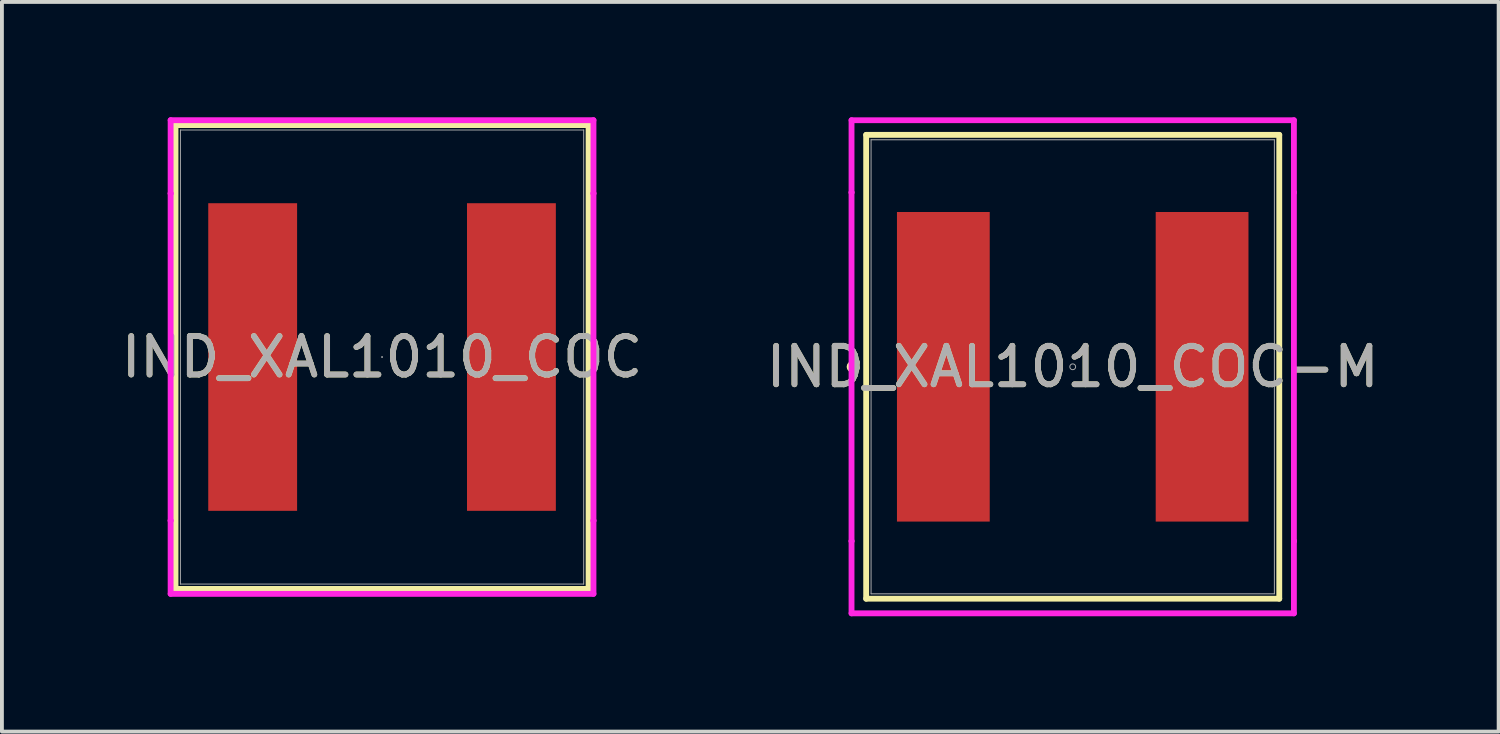
<source format=kicad_pcb>
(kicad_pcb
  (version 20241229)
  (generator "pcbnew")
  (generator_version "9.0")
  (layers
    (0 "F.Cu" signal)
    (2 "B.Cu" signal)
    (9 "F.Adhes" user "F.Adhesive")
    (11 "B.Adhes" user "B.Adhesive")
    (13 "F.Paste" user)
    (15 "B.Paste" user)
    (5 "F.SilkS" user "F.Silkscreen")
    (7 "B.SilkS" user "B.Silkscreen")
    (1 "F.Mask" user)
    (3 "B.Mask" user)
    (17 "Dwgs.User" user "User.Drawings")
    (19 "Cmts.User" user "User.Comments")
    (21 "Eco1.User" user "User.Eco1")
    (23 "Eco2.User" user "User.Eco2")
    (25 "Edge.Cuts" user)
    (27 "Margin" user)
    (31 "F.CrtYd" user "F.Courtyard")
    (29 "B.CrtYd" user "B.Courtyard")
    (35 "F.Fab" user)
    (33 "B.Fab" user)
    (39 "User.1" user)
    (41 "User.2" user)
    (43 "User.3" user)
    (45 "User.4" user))
  (footprint "IND_XAL1010_COC"
    (layer "F.Cu")
    (at 6.887 6.236)
    (property "Reference" "IND_XAL1010_COC" (at 0 0 0) (unlocked yes) (layer "F.SilkS") (effects (font (size 1 1) (thickness 0.15))))
    (attr smd)
    (fp_line (start -5.372 -6.032) (end -5.372 6.032) (stroke (width 0.152) (type solid)) (layer "F.SilkS"))
    (fp_line (start -5.372 6.032) (end 5.372 6.032) (stroke (width 0.152) (type solid)) (layer "F.SilkS"))
    (fp_line (start 5.372 -6.032) (end -5.372 -6.032) (stroke (width 0.152) (type solid)) (layer "F.SilkS"))
    (fp_line (start 5.372 6.032) (end 5.372 -6.032) (stroke (width 0.152) (type solid)) (layer "F.SilkS"))
    (fp_line (start -5.499 -6.16) (end 5.499 -6.16) (stroke (width 0.152) (type solid)) (layer "F.CrtYd"))
    (fp_line (start -5.499 -4.255) (end -5.499 -6.16) (stroke (width 0.152) (type solid)) (layer "F.CrtYd"))
    (fp_line (start -5.499 -4.255) (end -5.499 -4.255) (stroke (width 0.152) (type solid)) (layer "F.CrtYd"))
    (fp_line (start -5.499 4.255) (end -5.499 -4.255) (stroke (width 0.152) (type solid)) (layer "F.CrtYd"))
    (fp_line (start -5.499 4.255) (end -5.499 4.255) (stroke (width 0.152) (type solid)) (layer "F.CrtYd"))
    (fp_line (start -5.499 6.16) (end -5.499 4.255) (stroke (width 0.152) (type solid)) (layer "F.CrtYd"))
    (fp_line (start 5.499 -6.16) (end 5.499 -4.255) (stroke (width 0.152) (type solid)) (layer "F.CrtYd"))
    (fp_line (start 5.499 -4.255) (end 5.499 -4.255) (stroke (width 0.152) (type solid)) (layer "F.CrtYd"))
    (fp_line (start 5.499 -4.255) (end 5.499 4.255) (stroke (width 0.152) (type solid)) (layer "F.CrtYd"))
    (fp_line (start 5.499 4.255) (end 5.499 4.255) (stroke (width 0.152) (type solid)) (layer "F.CrtYd"))
    (fp_line (start 5.499 4.255) (end 5.499 6.16) (stroke (width 0.152) (type solid)) (layer "F.CrtYd"))
    (fp_line (start 5.499 6.16) (end -5.499 6.16) (stroke (width 0.152) (type solid)) (layer "F.CrtYd"))
    (fp_line (start -5.245 -5.905) (end -5.245 5.905) (stroke (width 0.025) (type solid)) (layer "F.Fab"))
    (fp_line (start -5.245 5.905) (end 5.245 5.905) (stroke (width 0.025) (type solid)) (layer "F.Fab"))
    (fp_line (start 5.245 -5.905) (end -5.245 -5.905) (stroke (width 0.025) (type solid)) (layer "F.Fab"))
    (fp_line (start 5.245 5.905) (end 5.245 -5.905) (stroke (width 0.025) (type solid)) (layer "F.Fab"))
    (fp_circle (center 0 0) (end 0 0) (stroke (width 0.025) (type solid)) (fill no) (layer "F.Fab"))
    (fp_text user "${REFERENCE}" (at 0 0 0) (unlocked yes) (layer "F.Fab") (effects (font (size 1 1) (thickness 0.15))))
    (pad "1" smd rect (at -3.365 0) (size 2.311 8.001) (layers "F.Cu" "F.Mask" "F.Paste"))
    (pad "2" smd rect (at 3.365 0) (size 2.311 8.001) (layers "F.Cu" "F.Mask" "F.Paste")))
  (footprint "IND_XAL1010_COC-M"
    (layer "F.Cu")
    (at 24.851 6.49)
    (property "Reference" "IND_XAL1010_COC-M" (at 0 0 0) (unlocked yes) (layer "F.SilkS") (effects (font (size 1 1) (thickness 0.15))))
    (attr smd)
    (fp_line (start -5.372 -6.032) (end -5.372 6.032) (stroke (width 0.152) (type solid)) (layer "F.SilkS"))
    (fp_line (start -5.372 6.032) (end 5.372 6.032) (stroke (width 0.152) (type solid)) (layer "F.SilkS"))
    (fp_line (start 5.372 -6.032) (end -5.372 -6.032) (stroke (width 0.152) (type solid)) (layer "F.SilkS"))
    (fp_line (start 5.372 6.032) (end 5.372 -6.032) (stroke (width 0.152) (type solid)) (layer "F.SilkS"))
    (fp_circle (center -5.728 0) (end -5.652 0) (stroke (width 0.152) (type solid)) (fill no) (layer "F.SilkS"))
    (fp_line (start -5.753 -6.413) (end 5.753 -6.413) (stroke (width 0.152) (type solid)) (layer "F.CrtYd"))
    (fp_line (start -5.753 -4.534) (end -5.753 -6.413) (stroke (width 0.152) (type solid)) (layer "F.CrtYd"))
    (fp_line (start -5.753 -4.534) (end -5.753 -4.534) (stroke (width 0.152) (type solid)) (layer "F.CrtYd"))
    (fp_line (start -5.753 4.534) (end -5.753 -4.534) (stroke (width 0.152) (type solid)) (layer "F.CrtYd"))
    (fp_line (start -5.753 4.534) (end -5.753 4.534) (stroke (width 0.152) (type solid)) (layer "F.CrtYd"))
    (fp_line (start -5.753 6.413) (end -5.753 4.534) (stroke (width 0.152) (type solid)) (layer "F.CrtYd"))
    (fp_line (start 5.753 -6.413) (end 5.753 -4.534) (stroke (width 0.152) (type solid)) (layer "F.CrtYd"))
    (fp_line (start 5.753 -4.534) (end 5.753 -4.534) (stroke (width 0.152) (type solid)) (layer "F.CrtYd"))
    (fp_line (start 5.753 -4.534) (end 5.753 4.534) (stroke (width 0.152) (type solid)) (layer "F.CrtYd"))
    (fp_line (start 5.753 4.534) (end 5.753 4.534) (stroke (width 0.152) (type solid)) (layer "F.CrtYd"))
    (fp_line (start 5.753 4.534) (end 5.753 6.413) (stroke (width 0.152) (type solid)) (layer "F.CrtYd"))
    (fp_line (start 5.753 6.413) (end -5.753 6.413) (stroke (width 0.152) (type solid)) (layer "F.CrtYd"))
    (fp_line (start -5.245 -5.905) (end -5.245 5.905) (stroke (width 0.025) (type solid)) (layer "F.Fab"))
    (fp_line (start -5.245 5.905) (end 5.245 5.905) (stroke (width 0.025) (type solid)) (layer "F.Fab"))
    (fp_line (start 5.245 -5.905) (end -5.245 -5.905) (stroke (width 0.025) (type solid)) (layer "F.Fab"))
    (fp_line (start 5.245 5.905) (end 5.245 -5.905) (stroke (width 0.025) (type solid)) (layer "F.Fab"))
    (fp_circle (center 0 0) (end 0.076 0) (stroke (width 0.025) (type solid)) (fill no) (layer "F.Fab"))
    (fp_text user "${REFERENCE}" (at 0 0 0) (unlocked yes) (layer "F.Fab") (effects (font (size 1 1) (thickness 0.15))))
    (pad "1" smd rect (at -3.365 0) (size 2.413 8.052) (layers "F.Cu" "F.Mask" "F.Paste"))
    (pad "2" smd rect (at 3.365 0) (size 2.413 8.052) (layers "F.Cu" "F.Mask" "F.Paste")))
  (gr_rect
    (start -3 -3)
    (end 35.929 15.979)
    (stroke (width 0.1) (type default))
    (fill no)
    (layer "Edge.Cuts")))
</source>
